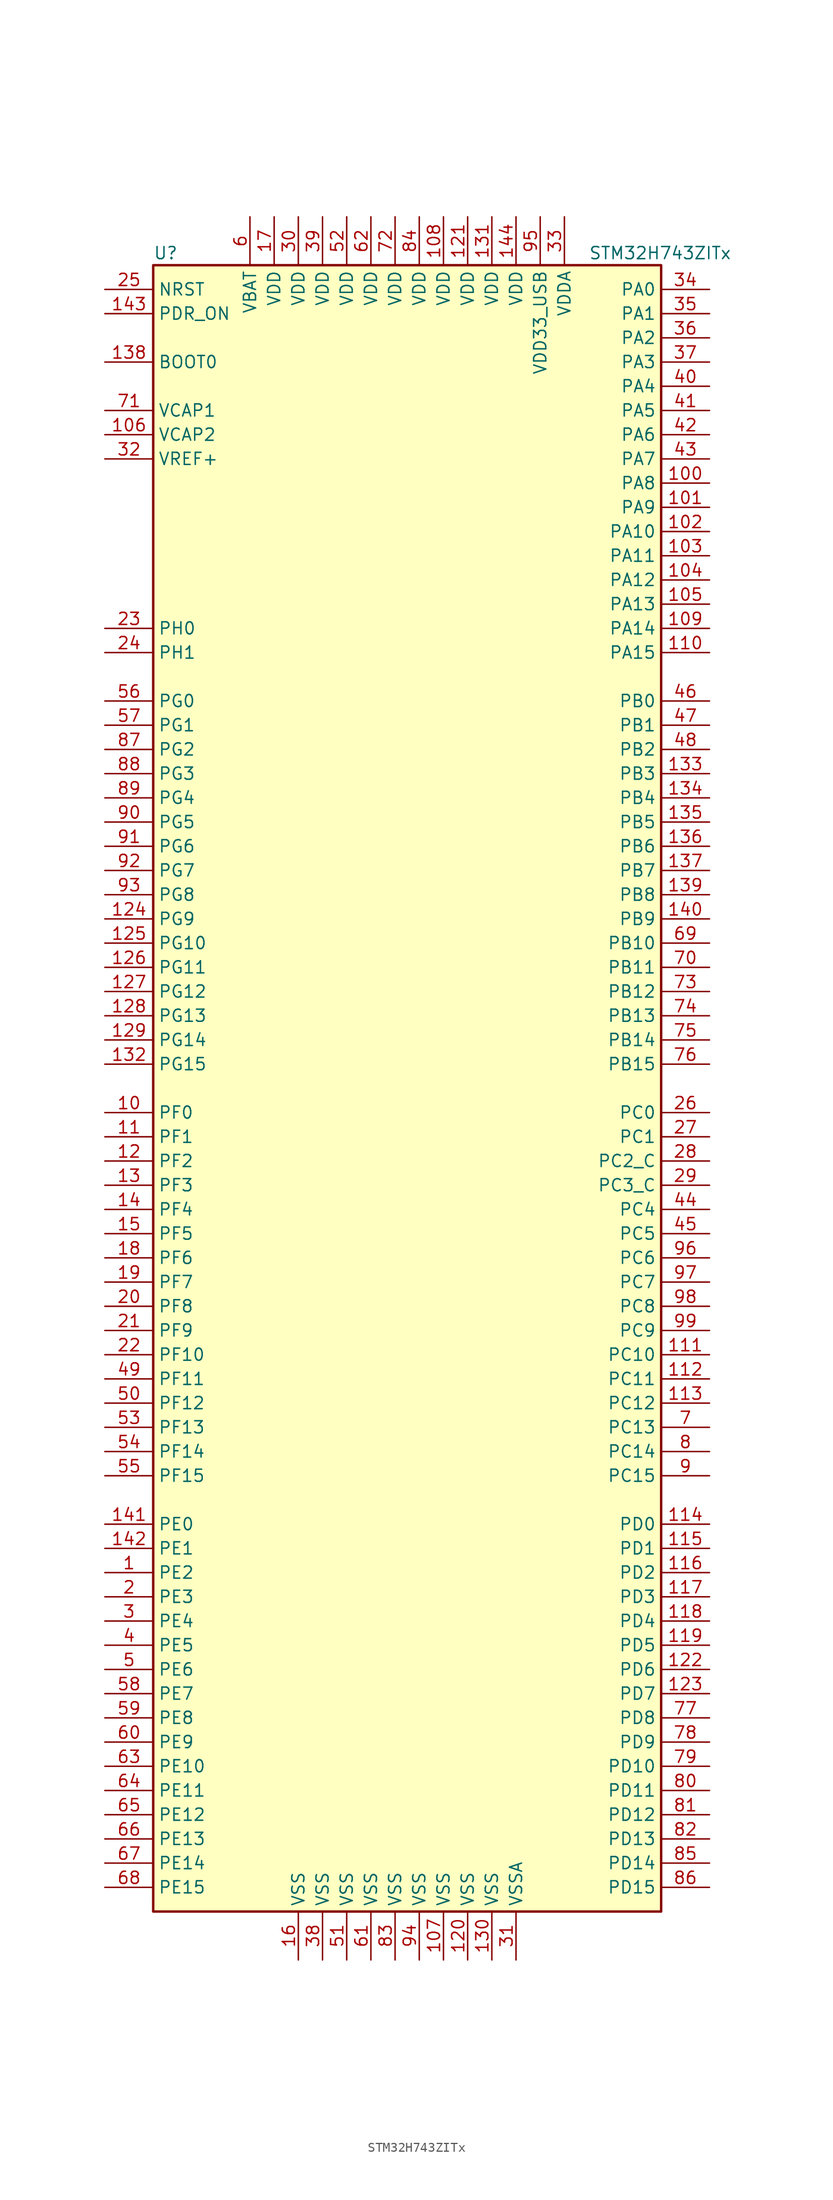
<source format=kicad_sym>
(kicad_symbol_lib
  (version 20220914)
  (generator kicad_symbol_editor)
  (symbol "STM32H743ZITx"
    (property "Reference" "U"
      (at -27.94 87.63 0)
      (effects (font (size 1.27 1.27)) (justify left)))
    (property "Value" "STM32H743ZITx"
      (at 17.78 87.63 0)
      (effects (font (size 1.27 1.27)) (justify left)))
    (symbol "STM32H743ZITx_0_1"
      (rectangle (start -27.94 -86.36) (end 25.4 86.36) (stroke (width 0.254) (type default)) (fill (type background))))
    (symbol "STM32H743ZITx_1_1"
      (pin bidirectional line (at -33.02 -50.8 0) (length 5.08) (name "PE2" (effects (font (size 1.27 1.27)))) (number "1" (effects (font (size 1.27 1.27)))))
      (pin bidirectional line (at -33.02 -2.54 0) (length 5.08) (name "PF0" (effects (font (size 1.27 1.27)))) (number "10" (effects (font (size 1.27 1.27)))))
      (pin bidirectional line (at 30.48 63.5 180) (length 5.08) (name "PA8" (effects (font (size 1.27 1.27)))) (number "100" (effects (font (size 1.27 1.27)))))
      (pin bidirectional line (at 30.48 60.96 180) (length 5.08) (name "PA9" (effects (font (size 1.27 1.27)))) (number "101" (effects (font (size 1.27 1.27)))))
      (pin bidirectional line (at 30.48 58.42 180) (length 5.08) (name "PA10" (effects (font (size 1.27 1.27)))) (number "102" (effects (font (size 1.27 1.27)))))
      (pin bidirectional line (at 30.48 55.88 180) (length 5.08) (name "PA11" (effects (font (size 1.27 1.27)))) (number "103" (effects (font (size 1.27 1.27)))))
      (pin bidirectional line (at 30.48 53.34 180) (length 5.08) (name "PA12" (effects (font (size 1.27 1.27)))) (number "104" (effects (font (size 1.27 1.27)))))
      (pin bidirectional line (at 30.48 50.8 180) (length 5.08) (name "PA13" (effects (font (size 1.27 1.27)))) (number "105" (effects (font (size 1.27 1.27)))))
      (pin power_in line (at -33.02 68.58 0) (length 5.08) (name "VCAP2" (effects (font (size 1.27 1.27)))) (number "106" (effects (font (size 1.27 1.27)))))
      (pin power_in line (at 2.54 -91.44 90) (length 5.08) (name "VSS" (effects (font (size 1.27 1.27)))) (number "107" (effects (font (size 1.27 1.27)))))
      (pin power_in line (at 2.54 91.44 270) (length 5.08) (name "VDD" (effects (font (size 1.27 1.27)))) (number "108" (effects (font (size 1.27 1.27)))))
      (pin bidirectional line (at 30.48 48.26 180) (length 5.08) (name "PA14" (effects (font (size 1.27 1.27)))) (number "109" (effects (font (size 1.27 1.27)))))
      (pin bidirectional line (at -33.02 -5.08 0) (length 5.08) (name "PF1" (effects (font (size 1.27 1.27)))) (number "11" (effects (font (size 1.27 1.27)))))
      (pin bidirectional line (at 30.48 45.72 180) (length 5.08) (name "PA15" (effects (font (size 1.27 1.27)))) (number "110" (effects (font (size 1.27 1.27)))))
      (pin bidirectional line (at 30.48 -27.94 180) (length 5.08) (name "PC10" (effects (font (size 1.27 1.27)))) (number "111" (effects (font (size 1.27 1.27)))))
      (pin bidirectional line (at 30.48 -30.48 180) (length 5.08) (name "PC11" (effects (font (size 1.27 1.27)))) (number "112" (effects (font (size 1.27 1.27)))))
      (pin bidirectional line (at 30.48 -33.02 180) (length 5.08) (name "PC12" (effects (font (size 1.27 1.27)))) (number "113" (effects (font (size 1.27 1.27)))))
      (pin bidirectional line (at 30.48 -45.72 180) (length 5.08) (name "PD0" (effects (font (size 1.27 1.27)))) (number "114" (effects (font (size 1.27 1.27)))))
      (pin bidirectional line (at 30.48 -48.26 180) (length 5.08) (name "PD1" (effects (font (size 1.27 1.27)))) (number "115" (effects (font (size 1.27 1.27)))))
      (pin bidirectional line (at 30.48 -50.8 180) (length 5.08) (name "PD2" (effects (font (size 1.27 1.27)))) (number "116" (effects (font (size 1.27 1.27)))))
      (pin bidirectional line (at 30.48 -53.34 180) (length 5.08) (name "PD3" (effects (font (size 1.27 1.27)))) (number "117" (effects (font (size 1.27 1.27)))))
      (pin bidirectional line (at 30.48 -55.88 180) (length 5.08) (name "PD4" (effects (font (size 1.27 1.27)))) (number "118" (effects (font (size 1.27 1.27)))))
      (pin bidirectional line (at 30.48 -58.42 180) (length 5.08) (name "PD5" (effects (font (size 1.27 1.27)))) (number "119" (effects (font (size 1.27 1.27)))))
      (pin bidirectional line (at -33.02 -7.62 0) (length 5.08) (name "PF2" (effects (font (size 1.27 1.27)))) (number "12" (effects (font (size 1.27 1.27)))))
      (pin power_in line (at 5.08 -91.44 90) (length 5.08) (name "VSS" (effects (font (size 1.27 1.27)))) (number "120" (effects (font (size 1.27 1.27)))))
      (pin power_in line (at 5.08 91.44 270) (length 5.08) (name "VDD" (effects (font (size 1.27 1.27)))) (number "121" (effects (font (size 1.27 1.27)))))
      (pin bidirectional line (at 30.48 -60.96 180) (length 5.08) (name "PD6" (effects (font (size 1.27 1.27)))) (number "122" (effects (font (size 1.27 1.27)))))
      (pin bidirectional line (at 30.48 -63.5 180) (length 5.08) (name "PD7" (effects (font (size 1.27 1.27)))) (number "123" (effects (font (size 1.27 1.27)))))
      (pin bidirectional line (at -33.02 17.78 0) (length 5.08) (name "PG9" (effects (font (size 1.27 1.27)))) (number "124" (effects (font (size 1.27 1.27)))))
      (pin bidirectional line (at -33.02 15.24 0) (length 5.08) (name "PG10" (effects (font (size 1.27 1.27)))) (number "125" (effects (font (size 1.27 1.27)))))
      (pin bidirectional line (at -33.02 12.7 0) (length 5.08) (name "PG11" (effects (font (size 1.27 1.27)))) (number "126" (effects (font (size 1.27 1.27)))))
      (pin bidirectional line (at -33.02 10.16 0) (length 5.08) (name "PG12" (effects (font (size 1.27 1.27)))) (number "127" (effects (font (size 1.27 1.27)))))
      (pin bidirectional line (at -33.02 7.62 0) (length 5.08) (name "PG13" (effects (font (size 1.27 1.27)))) (number "128" (effects (font (size 1.27 1.27)))))
      (pin bidirectional line (at -33.02 5.08 0) (length 5.08) (name "PG14" (effects (font (size 1.27 1.27)))) (number "129" (effects (font (size 1.27 1.27)))))
      (pin bidirectional line (at -33.02 -10.16 0) (length 5.08) (name "PF3" (effects (font (size 1.27 1.27)))) (number "13" (effects (font (size 1.27 1.27)))))
      (pin power_in line (at 7.62 -91.44 90) (length 5.08) (name "VSS" (effects (font (size 1.27 1.27)))) (number "130" (effects (font (size 1.27 1.27)))))
      (pin power_in line (at 7.62 91.44 270) (length 5.08) (name "VDD" (effects (font (size 1.27 1.27)))) (number "131" (effects (font (size 1.27 1.27)))))
      (pin bidirectional line (at -33.02 2.54 0) (length 5.08) (name "PG15" (effects (font (size 1.27 1.27)))) (number "132" (effects (font (size 1.27 1.27)))))
      (pin bidirectional line (at 30.48 33.02 180) (length 5.08) (name "PB3" (effects (font (size 1.27 1.27)))) (number "133" (effects (font (size 1.27 1.27)))))
      (pin bidirectional line (at 30.48 30.48 180) (length 5.08) (name "PB4" (effects (font (size 1.27 1.27)))) (number "134" (effects (font (size 1.27 1.27)))))
      (pin bidirectional line (at 30.48 27.94 180) (length 5.08) (name "PB5" (effects (font (size 1.27 1.27)))) (number "135" (effects (font (size 1.27 1.27)))))
      (pin bidirectional line (at 30.48 25.4 180) (length 5.08) (name "PB6" (effects (font (size 1.27 1.27)))) (number "136" (effects (font (size 1.27 1.27)))))
      (pin bidirectional line (at 30.48 22.86 180) (length 5.08) (name "PB7" (effects (font (size 1.27 1.27)))) (number "137" (effects (font (size 1.27 1.27)))))
      (pin input line (at -33.02 76.2 0) (length 5.08) (name "BOOT0" (effects (font (size 1.27 1.27)))) (number "138" (effects (font (size 1.27 1.27)))))
      (pin bidirectional line (at 30.48 20.32 180) (length 5.08) (name "PB8" (effects (font (size 1.27 1.27)))) (number "139" (effects (font (size 1.27 1.27)))))
      (pin bidirectional line (at -33.02 -12.7 0) (length 5.08) (name "PF4" (effects (font (size 1.27 1.27)))) (number "14" (effects (font (size 1.27 1.27)))))
      (pin bidirectional line (at 30.48 17.78 180) (length 5.08) (name "PB9" (effects (font (size 1.27 1.27)))) (number "140" (effects (font (size 1.27 1.27)))))
      (pin bidirectional line (at -33.02 -45.72 0) (length 5.08) (name "PE0" (effects (font (size 1.27 1.27)))) (number "141" (effects (font (size 1.27 1.27)))))
      (pin bidirectional line (at -33.02 -48.26 0) (length 5.08) (name "PE1" (effects (font (size 1.27 1.27)))) (number "142" (effects (font (size 1.27 1.27)))))
      (pin input line (at -33.02 81.28 0) (length 5.08) (name "PDR_ON" (effects (font (size 1.27 1.27)))) (number "143" (effects (font (size 1.27 1.27)))))
      (pin power_in line (at 10.16 91.44 270) (length 5.08) (name "VDD" (effects (font (size 1.27 1.27)))) (number "144" (effects (font (size 1.27 1.27)))))
      (pin bidirectional line (at -33.02 -15.24 0) (length 5.08) (name "PF5" (effects (font (size 1.27 1.27)))) (number "15" (effects (font (size 1.27 1.27)))))
      (pin power_in line (at -12.7 -91.44 90) (length 5.08) (name "VSS" (effects (font (size 1.27 1.27)))) (number "16" (effects (font (size 1.27 1.27)))))
      (pin power_in line (at -15.24 91.44 270) (length 5.08) (name "VDD" (effects (font (size 1.27 1.27)))) (number "17" (effects (font (size 1.27 1.27)))))
      (pin bidirectional line (at -33.02 -17.78 0) (length 5.08) (name "PF6" (effects (font (size 1.27 1.27)))) (number "18" (effects (font (size 1.27 1.27)))))
      (pin bidirectional line (at -33.02 -20.32 0) (length 5.08) (name "PF7" (effects (font (size 1.27 1.27)))) (number "19" (effects (font (size 1.27 1.27)))))
      (pin bidirectional line (at -33.02 -53.34 0) (length 5.08) (name "PE3" (effects (font (size 1.27 1.27)))) (number "2" (effects (font (size 1.27 1.27)))))
      (pin bidirectional line (at -33.02 -22.86 0) (length 5.08) (name "PF8" (effects (font (size 1.27 1.27)))) (number "20" (effects (font (size 1.27 1.27)))))
      (pin bidirectional line (at -33.02 -25.4 0) (length 5.08) (name "PF9" (effects (font (size 1.27 1.27)))) (number "21" (effects (font (size 1.27 1.27)))))
      (pin bidirectional line (at -33.02 -27.94 0) (length 5.08) (name "PF10" (effects (font (size 1.27 1.27)))) (number "22" (effects (font (size 1.27 1.27)))))
      (pin input line (at -33.02 48.26 0) (length 5.08) (name "PH0" (effects (font (size 1.27 1.27)))) (number "23" (effects (font (size 1.27 1.27)))))
      (pin input line (at -33.02 45.72 0) (length 5.08) (name "PH1" (effects (font (size 1.27 1.27)))) (number "24" (effects (font (size 1.27 1.27)))))
      (pin input line (at -33.02 83.82 0) (length 5.08) (name "NRST" (effects (font (size 1.27 1.27)))) (number "25" (effects (font (size 1.27 1.27)))))
      (pin bidirectional line (at 30.48 -2.54 180) (length 5.08) (name "PC0" (effects (font (size 1.27 1.27)))) (number "26" (effects (font (size 1.27 1.27)))))
      (pin bidirectional line (at 30.48 -5.08 180) (length 5.08) (name "PC1" (effects (font (size 1.27 1.27)))) (number "27" (effects (font (size 1.27 1.27)))))
      (pin bidirectional line (at 30.48 -7.62 180) (length 5.08) (name "PC2_C" (effects (font (size 1.27 1.27)))) (number "28" (effects (font (size 1.27 1.27)))))
      (pin bidirectional line (at 30.48 -10.16 180) (length 5.08) (name "PC3_C" (effects (font (size 1.27 1.27)))) (number "29" (effects (font (size 1.27 1.27)))))
      (pin bidirectional line (at -33.02 -55.88 0) (length 5.08) (name "PE4" (effects (font (size 1.27 1.27)))) (number "3" (effects (font (size 1.27 1.27)))))
      (pin power_in line (at -12.7 91.44 270) (length 5.08) (name "VDD" (effects (font (size 1.27 1.27)))) (number "30" (effects (font (size 1.27 1.27)))))
      (pin power_in line (at 10.16 -91.44 90) (length 5.08) (name "VSSA" (effects (font (size 1.27 1.27)))) (number "31" (effects (font (size 1.27 1.27)))))
      (pin bidirectional line (at -33.02 66.04 0) (length 5.08) (name "VREF+" (effects (font (size 1.27 1.27)))) (number "32" (effects (font (size 1.27 1.27)))))
      (pin power_in line (at 15.24 91.44 270) (length 5.08) (name "VDDA" (effects (font (size 1.27 1.27)))) (number "33" (effects (font (size 1.27 1.27)))))
      (pin bidirectional line (at 30.48 83.82 180) (length 5.08) (name "PA0" (effects (font (size 1.27 1.27)))) (number "34" (effects (font (size 1.27 1.27)))))
      (pin bidirectional line (at 30.48 81.28 180) (length 5.08) (name "PA1" (effects (font (size 1.27 1.27)))) (number "35" (effects (font (size 1.27 1.27)))))
      (pin bidirectional line (at 30.48 78.74 180) (length 5.08) (name "PA2" (effects (font (size 1.27 1.27)))) (number "36" (effects (font (size 1.27 1.27)))))
      (pin bidirectional line (at 30.48 76.2 180) (length 5.08) (name "PA3" (effects (font (size 1.27 1.27)))) (number "37" (effects (font (size 1.27 1.27)))))
      (pin power_in line (at -10.16 -91.44 90) (length 5.08) (name "VSS" (effects (font (size 1.27 1.27)))) (number "38" (effects (font (size 1.27 1.27)))))
      (pin power_in line (at -10.16 91.44 270) (length 5.08) (name "VDD" (effects (font (size 1.27 1.27)))) (number "39" (effects (font (size 1.27 1.27)))))
      (pin bidirectional line (at -33.02 -58.42 0) (length 5.08) (name "PE5" (effects (font (size 1.27 1.27)))) (number "4" (effects (font (size 1.27 1.27)))))
      (pin bidirectional line (at 30.48 73.66 180) (length 5.08) (name "PA4" (effects (font (size 1.27 1.27)))) (number "40" (effects (font (size 1.27 1.27)))))
      (pin bidirectional line (at 30.48 71.12 180) (length 5.08) (name "PA5" (effects (font (size 1.27 1.27)))) (number "41" (effects (font (size 1.27 1.27)))))
      (pin bidirectional line (at 30.48 68.58 180) (length 5.08) (name "PA6" (effects (font (size 1.27 1.27)))) (number "42" (effects (font (size 1.27 1.27)))))
      (pin bidirectional line (at 30.48 66.04 180) (length 5.08) (name "PA7" (effects (font (size 1.27 1.27)))) (number "43" (effects (font (size 1.27 1.27)))))
      (pin bidirectional line (at 30.48 -12.7 180) (length 5.08) (name "PC4" (effects (font (size 1.27 1.27)))) (number "44" (effects (font (size 1.27 1.27)))))
      (pin bidirectional line (at 30.48 -15.24 180) (length 5.08) (name "PC5" (effects (font (size 1.27 1.27)))) (number "45" (effects (font (size 1.27 1.27)))))
      (pin bidirectional line (at 30.48 40.64 180) (length 5.08) (name "PB0" (effects (font (size 1.27 1.27)))) (number "46" (effects (font (size 1.27 1.27)))))
      (pin bidirectional line (at 30.48 38.1 180) (length 5.08) (name "PB1" (effects (font (size 1.27 1.27)))) (number "47" (effects (font (size 1.27 1.27)))))
      (pin bidirectional line (at 30.48 35.56 180) (length 5.08) (name "PB2" (effects (font (size 1.27 1.27)))) (number "48" (effects (font (size 1.27 1.27)))))
      (pin bidirectional line (at -33.02 -30.48 0) (length 5.08) (name "PF11" (effects (font (size 1.27 1.27)))) (number "49" (effects (font (size 1.27 1.27)))))
      (pin bidirectional line (at -33.02 -60.96 0) (length 5.08) (name "PE6" (effects (font (size 1.27 1.27)))) (number "5" (effects (font (size 1.27 1.27)))))
      (pin bidirectional line (at -33.02 -33.02 0) (length 5.08) (name "PF12" (effects (font (size 1.27 1.27)))) (number "50" (effects (font (size 1.27 1.27)))))
      (pin power_in line (at -7.62 -91.44 90) (length 5.08) (name "VSS" (effects (font (size 1.27 1.27)))) (number "51" (effects (font (size 1.27 1.27)))))
      (pin power_in line (at -7.62 91.44 270) (length 5.08) (name "VDD" (effects (font (size 1.27 1.27)))) (number "52" (effects (font (size 1.27 1.27)))))
      (pin bidirectional line (at -33.02 -35.56 0) (length 5.08) (name "PF13" (effects (font (size 1.27 1.27)))) (number "53" (effects (font (size 1.27 1.27)))))
      (pin bidirectional line (at -33.02 -38.1 0) (length 5.08) (name "PF14" (effects (font (size 1.27 1.27)))) (number "54" (effects (font (size 1.27 1.27)))))
      (pin bidirectional line (at -33.02 -40.64 0) (length 5.08) (name "PF15" (effects (font (size 1.27 1.27)))) (number "55" (effects (font (size 1.27 1.27)))))
      (pin bidirectional line (at -33.02 40.64 0) (length 5.08) (name "PG0" (effects (font (size 1.27 1.27)))) (number "56" (effects (font (size 1.27 1.27)))))
      (pin bidirectional line (at -33.02 38.1 0) (length 5.08) (name "PG1" (effects (font (size 1.27 1.27)))) (number "57" (effects (font (size 1.27 1.27)))))
      (pin bidirectional line (at -33.02 -63.5 0) (length 5.08) (name "PE7" (effects (font (size 1.27 1.27)))) (number "58" (effects (font (size 1.27 1.27)))))
      (pin bidirectional line (at -33.02 -66.04 0) (length 5.08) (name "PE8" (effects (font (size 1.27 1.27)))) (number "59" (effects (font (size 1.27 1.27)))))
      (pin power_in line (at -17.78 91.44 270) (length 5.08) (name "VBAT" (effects (font (size 1.27 1.27)))) (number "6" (effects (font (size 1.27 1.27)))))
      (pin bidirectional line (at -33.02 -68.58 0) (length 5.08) (name "PE9" (effects (font (size 1.27 1.27)))) (number "60" (effects (font (size 1.27 1.27)))))
      (pin power_in line (at -5.08 -91.44 90) (length 5.08) (name "VSS" (effects (font (size 1.27 1.27)))) (number "61" (effects (font (size 1.27 1.27)))))
      (pin power_in line (at -5.08 91.44 270) (length 5.08) (name "VDD" (effects (font (size 1.27 1.27)))) (number "62" (effects (font (size 1.27 1.27)))))
      (pin bidirectional line (at -33.02 -71.12 0) (length 5.08) (name "PE10" (effects (font (size 1.27 1.27)))) (number "63" (effects (font (size 1.27 1.27)))))
      (pin bidirectional line (at -33.02 -73.66 0) (length 5.08) (name "PE11" (effects (font (size 1.27 1.27)))) (number "64" (effects (font (size 1.27 1.27)))))
      (pin bidirectional line (at -33.02 -76.2 0) (length 5.08) (name "PE12" (effects (font (size 1.27 1.27)))) (number "65" (effects (font (size 1.27 1.27)))))
      (pin bidirectional line (at -33.02 -78.74 0) (length 5.08) (name "PE13" (effects (font (size 1.27 1.27)))) (number "66" (effects (font (size 1.27 1.27)))))
      (pin bidirectional line (at -33.02 -81.28 0) (length 5.08) (name "PE14" (effects (font (size 1.27 1.27)))) (number "67" (effects (font (size 1.27 1.27)))))
      (pin bidirectional line (at -33.02 -83.82 0) (length 5.08) (name "PE15" (effects (font (size 1.27 1.27)))) (number "68" (effects (font (size 1.27 1.27)))))
      (pin bidirectional line (at 30.48 15.24 180) (length 5.08) (name "PB10" (effects (font (size 1.27 1.27)))) (number "69" (effects (font (size 1.27 1.27)))))
      (pin bidirectional line (at 30.48 -35.56 180) (length 5.08) (name "PC13" (effects (font (size 1.27 1.27)))) (number "7" (effects (font (size 1.27 1.27)))))
      (pin bidirectional line (at 30.48 12.7 180) (length 5.08) (name "PB11" (effects (font (size 1.27 1.27)))) (number "70" (effects (font (size 1.27 1.27)))))
      (pin power_in line (at -33.02 71.12 0) (length 5.08) (name "VCAP1" (effects (font (size 1.27 1.27)))) (number "71" (effects (font (size 1.27 1.27)))))
      (pin power_in line (at -2.54 91.44 270) (length 5.08) (name "VDD" (effects (font (size 1.27 1.27)))) (number "72" (effects (font (size 1.27 1.27)))))
      (pin bidirectional line (at 30.48 10.16 180) (length 5.08) (name "PB12" (effects (font (size 1.27 1.27)))) (number "73" (effects (font (size 1.27 1.27)))))
      (pin bidirectional line (at 30.48 7.62 180) (length 5.08) (name "PB13" (effects (font (size 1.27 1.27)))) (number "74" (effects (font (size 1.27 1.27)))))
      (pin bidirectional line (at 30.48 5.08 180) (length 5.08) (name "PB14" (effects (font (size 1.27 1.27)))) (number "75" (effects (font (size 1.27 1.27)))))
      (pin bidirectional line (at 30.48 2.54 180) (length 5.08) (name "PB15" (effects (font (size 1.27 1.27)))) (number "76" (effects (font (size 1.27 1.27)))))
      (pin bidirectional line (at 30.48 -66.04 180) (length 5.08) (name "PD8" (effects (font (size 1.27 1.27)))) (number "77" (effects (font (size 1.27 1.27)))))
      (pin bidirectional line (at 30.48 -68.58 180) (length 5.08) (name "PD9" (effects (font (size 1.27 1.27)))) (number "78" (effects (font (size 1.27 1.27)))))
      (pin bidirectional line (at 30.48 -71.12 180) (length 5.08) (name "PD10" (effects (font (size 1.27 1.27)))) (number "79" (effects (font (size 1.27 1.27)))))
      (pin bidirectional line (at 30.48 -38.1 180) (length 5.08) (name "PC14" (effects (font (size 1.27 1.27)))) (number "8" (effects (font (size 1.27 1.27)))))
      (pin bidirectional line (at 30.48 -73.66 180) (length 5.08) (name "PD11" (effects (font (size 1.27 1.27)))) (number "80" (effects (font (size 1.27 1.27)))))
      (pin bidirectional line (at 30.48 -76.2 180) (length 5.08) (name "PD12" (effects (font (size 1.27 1.27)))) (number "81" (effects (font (size 1.27 1.27)))))
      (pin bidirectional line (at 30.48 -78.74 180) (length 5.08) (name "PD13" (effects (font (size 1.27 1.27)))) (number "82" (effects (font (size 1.27 1.27)))))
      (pin power_in line (at -2.54 -91.44 90) (length 5.08) (name "VSS" (effects (font (size 1.27 1.27)))) (number "83" (effects (font (size 1.27 1.27)))))
      (pin power_in line (at 0 91.44 270) (length 5.08) (name "VDD" (effects (font (size 1.27 1.27)))) (number "84" (effects (font (size 1.27 1.27)))))
      (pin bidirectional line (at 30.48 -81.28 180) (length 5.08) (name "PD14" (effects (font (size 1.27 1.27)))) (number "85" (effects (font (size 1.27 1.27)))))
      (pin bidirectional line (at 30.48 -83.82 180) (length 5.08) (name "PD15" (effects (font (size 1.27 1.27)))) (number "86" (effects (font (size 1.27 1.27)))))
      (pin bidirectional line (at -33.02 35.56 0) (length 5.08) (name "PG2" (effects (font (size 1.27 1.27)))) (number "87" (effects (font (size 1.27 1.27)))))
      (pin bidirectional line (at -33.02 33.02 0) (length 5.08) (name "PG3" (effects (font (size 1.27 1.27)))) (number "88" (effects (font (size 1.27 1.27)))))
      (pin bidirectional line (at -33.02 30.48 0) (length 5.08) (name "PG4" (effects (font (size 1.27 1.27)))) (number "89" (effects (font (size 1.27 1.27)))))
      (pin bidirectional line (at 30.48 -40.64 180) (length 5.08) (name "PC15" (effects (font (size 1.27 1.27)))) (number "9" (effects (font (size 1.27 1.27)))))
      (pin bidirectional line (at -33.02 27.94 0) (length 5.08) (name "PG5" (effects (font (size 1.27 1.27)))) (number "90" (effects (font (size 1.27 1.27)))))
      (pin bidirectional line (at -33.02 25.4 0) (length 5.08) (name "PG6" (effects (font (size 1.27 1.27)))) (number "91" (effects (font (size 1.27 1.27)))))
      (pin bidirectional line (at -33.02 22.86 0) (length 5.08) (name "PG7" (effects (font (size 1.27 1.27)))) (number "92" (effects (font (size 1.27 1.27)))))
      (pin bidirectional line (at -33.02 20.32 0) (length 5.08) (name "PG8" (effects (font (size 1.27 1.27)))) (number "93" (effects (font (size 1.27 1.27)))))
      (pin power_in line (at 0 -91.44 90) (length 5.08) (name "VSS" (effects (font (size 1.27 1.27)))) (number "94" (effects (font (size 1.27 1.27)))))
      (pin power_in line (at 12.7 91.44 270) (length 5.08) (name "VDD33_USB" (effects (font (size 1.27 1.27)))) (number "95" (effects (font (size 1.27 1.27)))))
      (pin bidirectional line (at 30.48 -17.78 180) (length 5.08) (name "PC6" (effects (font (size 1.27 1.27)))) (number "96" (effects (font (size 1.27 1.27)))))
      (pin bidirectional line (at 30.48 -20.32 180) (length 5.08) (name "PC7" (effects (font (size 1.27 1.27)))) (number "97" (effects (font (size 1.27 1.27)))))
      (pin bidirectional line (at 30.48 -22.86 180) (length 5.08) (name "PC8" (effects (font (size 1.27 1.27)))) (number "98" (effects (font (size 1.27 1.27)))))
      (pin bidirectional line (at 30.48 -25.4 180) (length 5.08) (name "PC9" (effects (font (size 1.27 1.27)))) (number "99" (effects (font (size 1.27 1.27))))))))
</source>
